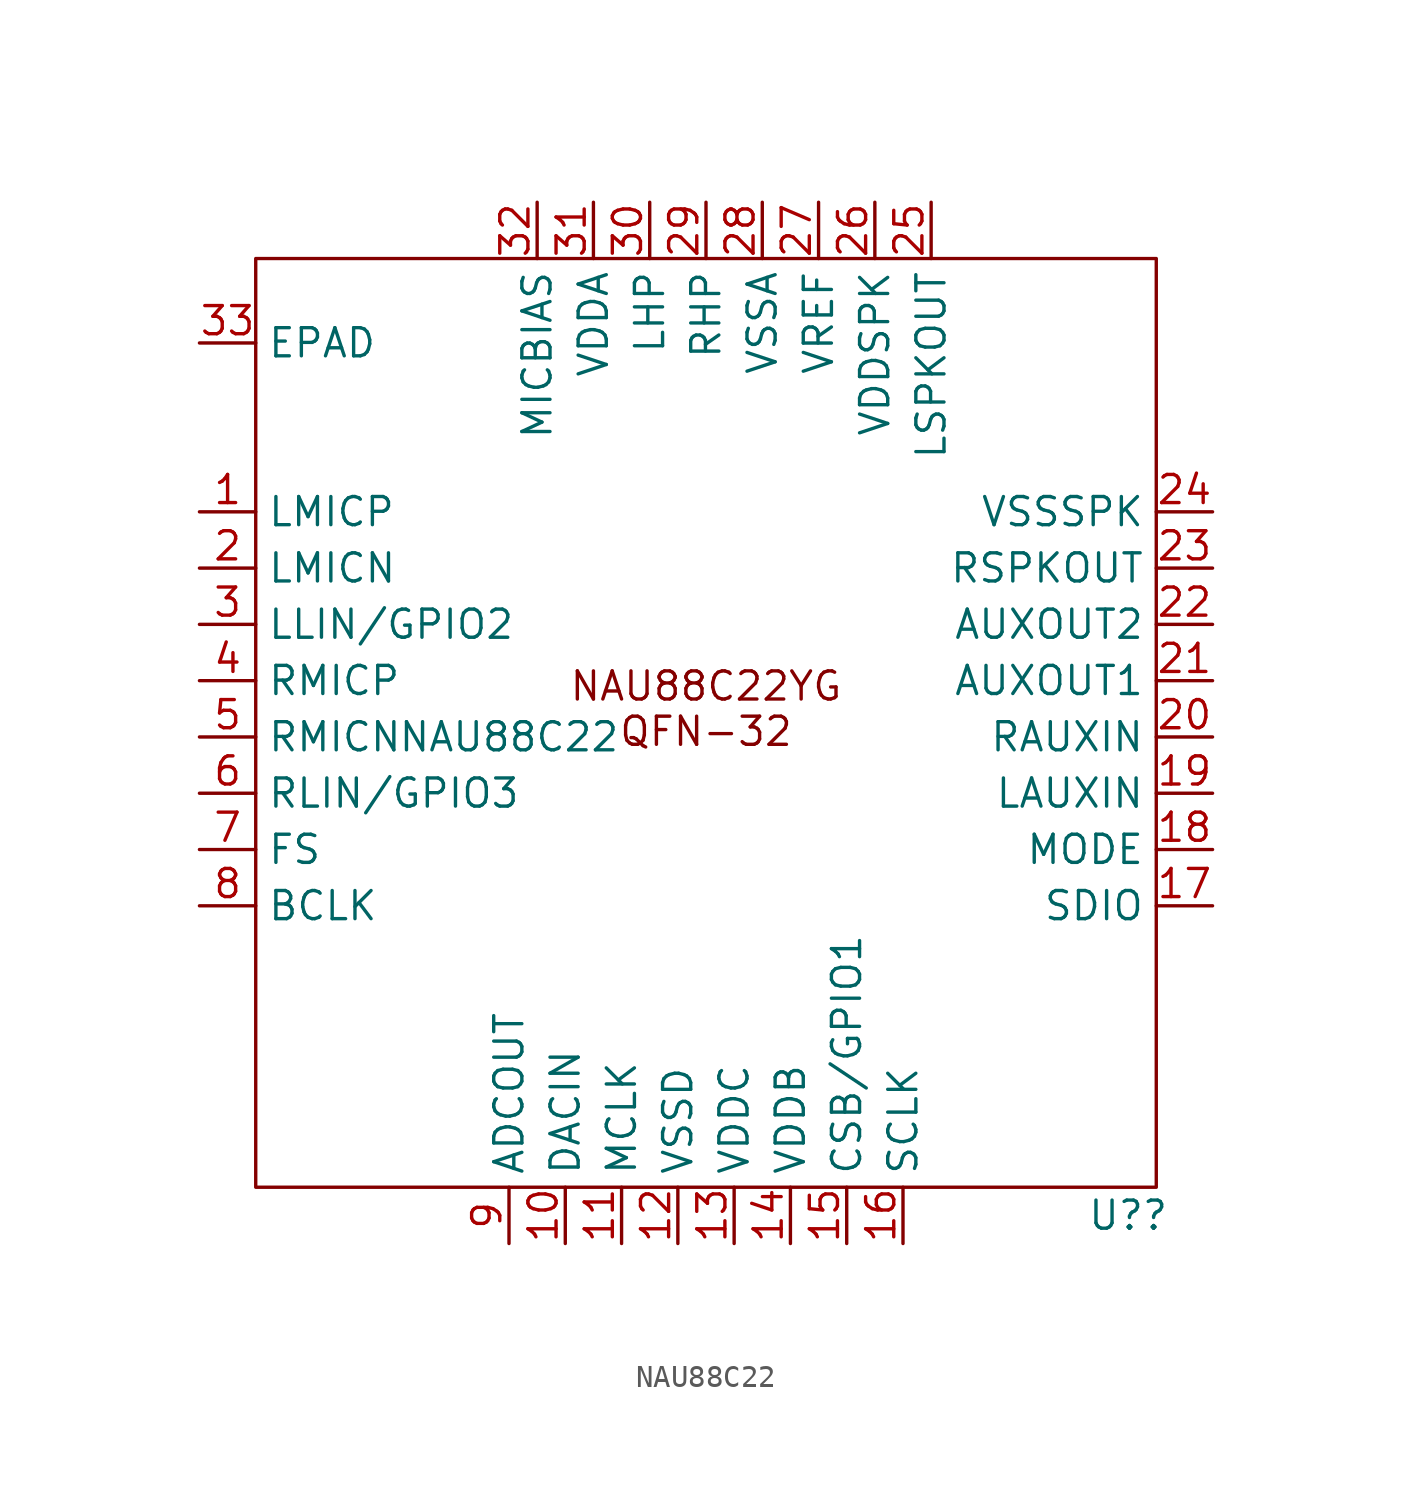
<source format=kicad_sym>
(kicad_symbol_lib
  (version 20220914)
  (generator kicad_symbol_editor)
  (symbol "NAU88C22"
    (property "Reference" "U?"
      (at 19.05 -22.86 0)
      (effects (font (size 1.27 1.27))))
    (property "Value" "NAU88C22"
      (at -8.89 -1.27 0)
      (effects (font (size 1.27 1.27))))
    (symbol "NAU88C22_0_1"
      (rectangle (start -20.32 20.32) (end 20.32 -21.59) (stroke (width 0) (type default)) (fill (type none))))
    (symbol "NAU88C22_1_1"
      (text "NAU88C22YG\nQFN-32" (at 0 0 0) (effects (font (size 1.27 1.27))))
      (pin input line (at -22.86 8.89 0) (length 2.54) (name "LMICP" (effects (font (size 1.27 1.27)))) (number "1" (effects (font (size 1.27 1.27)))))
      (pin input line (at -6.35 -24.13 90) (length 2.54) (name "DACIN" (effects (font (size 1.27 1.27)))) (number "10" (effects (font (size 1.27 1.27)))))
      (pin input line (at -3.81 -24.13 90) (length 2.54) (name "MCLK" (effects (font (size 1.27 1.27)))) (number "11" (effects (font (size 1.27 1.27)))))
      (pin input line (at -1.27 -24.13 90) (length 2.54) (name "VSSD" (effects (font (size 1.27 1.27)))) (number "12" (effects (font (size 1.27 1.27)))))
      (pin input line (at 1.27 -24.13 90) (length 2.54) (name "VDDC" (effects (font (size 1.27 1.27)))) (number "13" (effects (font (size 1.27 1.27)))))
      (pin input line (at 3.81 -24.13 90) (length 2.54) (name "VDDB" (effects (font (size 1.27 1.27)))) (number "14" (effects (font (size 1.27 1.27)))))
      (pin input line (at 6.35 -24.13 90) (length 2.54) (name "CSB/GPIO1" (effects (font (size 1.27 1.27)))) (number "15" (effects (font (size 1.27 1.27)))))
      (pin input line (at 8.89 -24.13 90) (length 2.54) (name "SCLK" (effects (font (size 1.27 1.27)))) (number "16" (effects (font (size 1.27 1.27)))))
      (pin input line (at 22.86 -8.89 180) (length 2.54) (name "SDIO" (effects (font (size 1.27 1.27)))) (number "17" (effects (font (size 1.27 1.27)))))
      (pin input line (at 22.86 -6.35 180) (length 2.54) (name "MODE" (effects (font (size 1.27 1.27)))) (number "18" (effects (font (size 1.27 1.27)))))
      (pin input line (at 22.86 -3.81 180) (length 2.54) (name "LAUXIN" (effects (font (size 1.27 1.27)))) (number "19" (effects (font (size 1.27 1.27)))))
      (pin input line (at -22.86 6.35 0) (length 2.54) (name "LMICN" (effects (font (size 1.27 1.27)))) (number "2" (effects (font (size 1.27 1.27)))))
      (pin input line (at 22.86 -1.27 180) (length 2.54) (name "RAUXIN" (effects (font (size 1.27 1.27)))) (number "20" (effects (font (size 1.27 1.27)))))
      (pin input line (at 22.86 1.27 180) (length 2.54) (name "AUXOUT1" (effects (font (size 1.27 1.27)))) (number "21" (effects (font (size 1.27 1.27)))))
      (pin input line (at 22.86 3.81 180) (length 2.54) (name "AUXOUT2" (effects (font (size 1.27 1.27)))) (number "22" (effects (font (size 1.27 1.27)))))
      (pin input line (at 22.86 6.35 180) (length 2.54) (name "RSPKOUT" (effects (font (size 1.27 1.27)))) (number "23" (effects (font (size 1.27 1.27)))))
      (pin input line (at 22.86 8.89 180) (length 2.54) (name "VSSSPK" (effects (font (size 1.27 1.27)))) (number "24" (effects (font (size 1.27 1.27)))))
      (pin input line (at 10.16 22.86 270) (length 2.54) (name "LSPKOUT" (effects (font (size 1.27 1.27)))) (number "25" (effects (font (size 1.27 1.27)))))
      (pin input line (at 7.62 22.86 270) (length 2.54) (name "VDDSPK" (effects (font (size 1.27 1.27)))) (number "26" (effects (font (size 1.27 1.27)))))
      (pin input line (at 5.08 22.86 270) (length 2.54) (name "VREF" (effects (font (size 1.27 1.27)))) (number "27" (effects (font (size 1.27 1.27)))))
      (pin input line (at 2.54 22.86 270) (length 2.54) (name "VSSA" (effects (font (size 1.27 1.27)))) (number "28" (effects (font (size 1.27 1.27)))))
      (pin input line (at 0 22.86 270) (length 2.54) (name "RHP" (effects (font (size 1.27 1.27)))) (number "29" (effects (font (size 1.27 1.27)))))
      (pin input line (at -22.86 3.81 0) (length 2.54) (name "LLIN/GPIO2" (effects (font (size 1.27 1.27)))) (number "3" (effects (font (size 1.27 1.27)))))
      (pin input line (at -2.54 22.86 270) (length 2.54) (name "LHP" (effects (font (size 1.27 1.27)))) (number "30" (effects (font (size 1.27 1.27)))))
      (pin input line (at -5.08 22.86 270) (length 2.54) (name "VDDA" (effects (font (size 1.27 1.27)))) (number "31" (effects (font (size 1.27 1.27)))))
      (pin input line (at -7.62 22.86 270) (length 2.54) (name "MICBIAS" (effects (font (size 1.27 1.27)))) (number "32" (effects (font (size 1.27 1.27)))))
      (pin input line (at -22.86 16.51 0) (length 2.54) (name "EPAD" (effects (font (size 1.27 1.27)))) (number "33" (effects (font (size 1.27 1.27)))))
      (pin input line (at -22.86 1.27 0) (length 2.54) (name "RMICP" (effects (font (size 1.27 1.27)))) (number "4" (effects (font (size 1.27 1.27)))))
      (pin input line (at -22.86 -1.27 0) (length 2.54) (name "RMICN" (effects (font (size 1.27 1.27)))) (number "5" (effects (font (size 1.27 1.27)))))
      (pin input line (at -22.86 -3.81 0) (length 2.54) (name "RLIN/GPIO3" (effects (font (size 1.27 1.27)))) (number "6" (effects (font (size 1.27 1.27)))))
      (pin input line (at -22.86 -6.35 0) (length 2.54) (name "FS" (effects (font (size 1.27 1.27)))) (number "7" (effects (font (size 1.27 1.27)))))
      (pin input line (at -22.86 -8.89 0) (length 2.54) (name "BCLK" (effects (font (size 1.27 1.27)))) (number "8" (effects (font (size 1.27 1.27)))))
      (pin input line (at -8.89 -24.13 90) (length 2.54) (name "ADCOUT" (effects (font (size 1.27 1.27)))) (number "9" (effects (font (size 1.27 1.27))))))))
</source>
